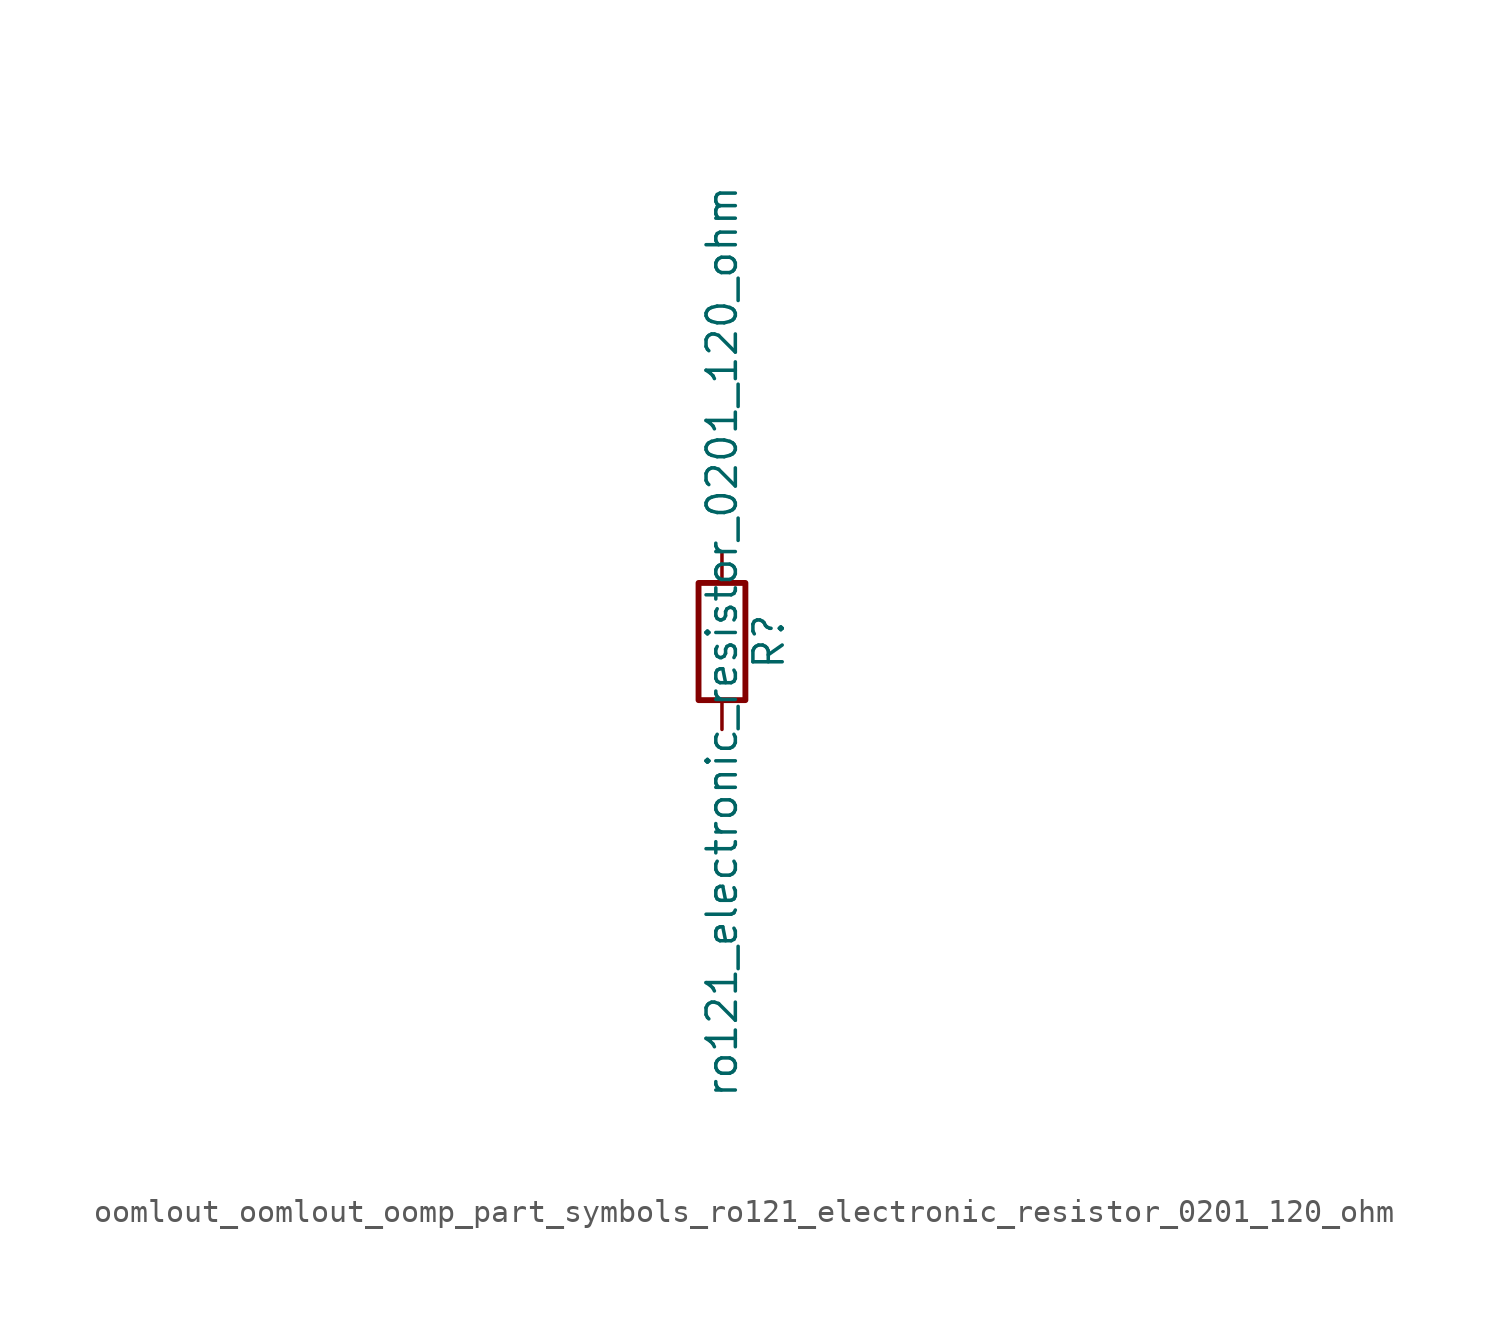
<source format=kicad_sym>
(kicad_symbol_lib
  (version 20220914)
  (generator kicad_symbol_editor)
  (symbol "oomlout_oomlout_oomp_part_symbols_ro121_electronic_resistor_0201_120_ohm"
    (pin_numbers hide)
    (pin_names
      (offset 0))
    (property "Reference" "R"
      (at 2.032 0 90)
      (effects (font (size 1.27 1.27))))
    (property "Value" "ro121_electronic_resistor_0201_120_ohm"
      (at 0 0 90)
      (effects (font (size 1.27 1.27))))
    (symbol "oomlout_oomlout_oomp_part_symbols_ro121_electronic_resistor_0201_120_ohm_0_1"
      (rectangle (start -1.016 -2.54) (end 1.016 2.54) (stroke (width 0.254) (type default)) (fill (type none))))
    (symbol "oomlout_oomlout_oomp_part_symbols_ro121_electronic_resistor_0201_120_ohm_1_1"
      (pin passive line (at 0 3.81 270) (length 1.27) (name "~" (effects (font (size 1.27 1.27)))) (number "1" (effects (font (size 1.27 1.27)))))
      (pin passive line (at 0 -3.81 90) (length 1.27) (name "~" (effects (font (size 1.27 1.27)))) (number "2" (effects (font (size 1.27 1.27))))))))
</source>
